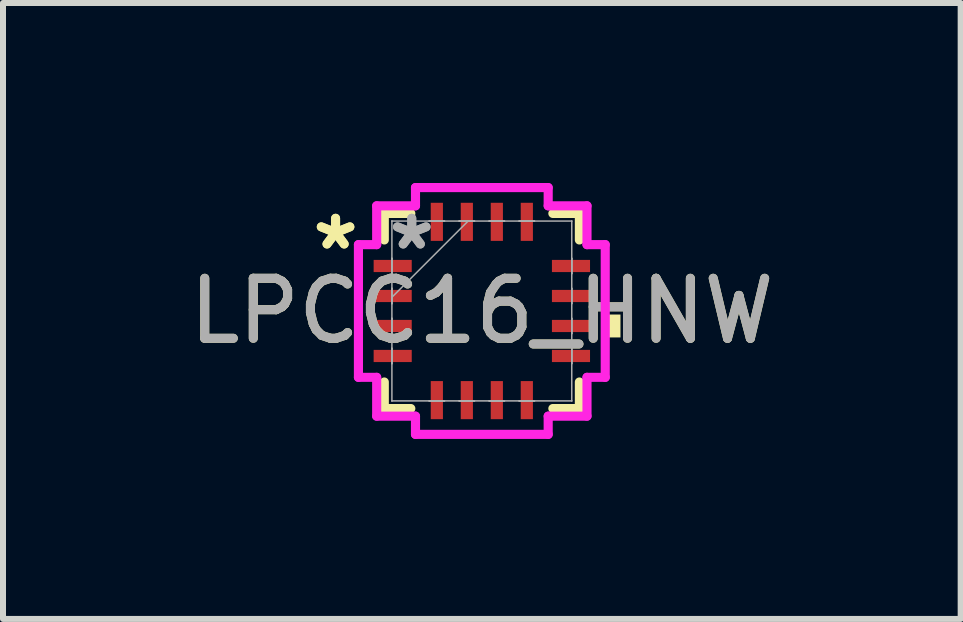
<source format=kicad_pcb>
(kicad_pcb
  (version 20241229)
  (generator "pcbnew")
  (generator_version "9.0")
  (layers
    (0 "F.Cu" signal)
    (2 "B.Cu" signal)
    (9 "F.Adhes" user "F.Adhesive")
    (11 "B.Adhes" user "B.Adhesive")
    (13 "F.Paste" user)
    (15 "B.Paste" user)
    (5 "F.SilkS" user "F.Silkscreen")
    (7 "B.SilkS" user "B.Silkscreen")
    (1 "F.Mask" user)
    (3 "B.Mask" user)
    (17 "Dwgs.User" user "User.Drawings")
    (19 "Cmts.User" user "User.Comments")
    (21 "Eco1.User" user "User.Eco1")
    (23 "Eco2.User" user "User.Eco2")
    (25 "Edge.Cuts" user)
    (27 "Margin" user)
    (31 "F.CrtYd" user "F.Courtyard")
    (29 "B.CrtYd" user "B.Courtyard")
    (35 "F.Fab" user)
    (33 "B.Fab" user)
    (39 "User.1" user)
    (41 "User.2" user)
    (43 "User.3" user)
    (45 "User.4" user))
  (footprint "LPCC16_HNW"
    (layer "F.Cu")
    (at 4.982 2.134)
    (property "Reference" "LPCC16_HNW" (at 0 0 0) (unlocked yes) (layer "F.SilkS") (effects (font (size 1 1) (thickness 0.15))))
    (attr smd)
    (fp_line (start -1.626 -1.626) (end -1.626 -1.184) (stroke (width 0.152) (type solid)) (layer "F.SilkS"))
    (fp_line (start -1.626 1.184) (end -1.626 1.626) (stroke (width 0.152) (type solid)) (layer "F.SilkS"))
    (fp_line (start -1.626 1.626) (end -1.184 1.626) (stroke (width 0.152) (type solid)) (layer "F.SilkS"))
    (fp_line (start -1.184 -1.626) (end -1.626 -1.626) (stroke (width 0.152) (type solid)) (layer "F.SilkS"))
    (fp_line (start 1.184 1.626) (end 1.626 1.626) (stroke (width 0.152) (type solid)) (layer "F.SilkS"))
    (fp_line (start 1.626 -1.626) (end 1.184 -1.626) (stroke (width 0.152) (type solid)) (layer "F.SilkS"))
    (fp_line (start 1.626 -1.184) (end 1.626 -1.626) (stroke (width 0.152) (type solid)) (layer "F.SilkS"))
    (fp_line (start 1.626 1.626) (end 1.626 1.184) (stroke (width 0.152) (type solid)) (layer "F.SilkS"))
    (fp_poly (pts (xy 2.311 0.059) (xy 2.311 0.441) (xy 2.057 0.441) (xy 2.057 0.059)) (stroke (width 0) (type solid)) (fill yes) (layer "F.SilkS"))
    (fp_line (start -2.057 -1.106) (end -1.753 -1.106) (stroke (width 0.152) (type solid)) (layer "F.CrtYd"))
    (fp_line (start -2.057 1.106) (end -2.057 -1.106) (stroke (width 0.152) (type solid)) (layer "F.CrtYd"))
    (fp_line (start -1.753 -1.753) (end -1.106 -1.753) (stroke (width 0.152) (type solid)) (layer "F.CrtYd"))
    (fp_line (start -1.753 -1.106) (end -1.753 -1.753) (stroke (width 0.152) (type solid)) (layer "F.CrtYd"))
    (fp_line (start -1.753 1.106) (end -2.057 1.106) (stroke (width 0.152) (type solid)) (layer "F.CrtYd"))
    (fp_line (start -1.753 1.753) (end -1.753 1.106) (stroke (width 0.152) (type solid)) (layer "F.CrtYd"))
    (fp_line (start -1.106 -2.057) (end 1.106 -2.057) (stroke (width 0.152) (type solid)) (layer "F.CrtYd"))
    (fp_line (start -1.106 -1.753) (end -1.106 -2.057) (stroke (width 0.152) (type solid)) (layer "F.CrtYd"))
    (fp_line (start -1.106 1.753) (end -1.753 1.753) (stroke (width 0.152) (type solid)) (layer "F.CrtYd"))
    (fp_line (start -1.106 2.057) (end -1.106 1.753) (stroke (width 0.152) (type solid)) (layer "F.CrtYd"))
    (fp_line (start 1.106 -2.057) (end 1.106 -1.753) (stroke (width 0.152) (type solid)) (layer "F.CrtYd"))
    (fp_line (start 1.106 -1.753) (end 1.753 -1.753) (stroke (width 0.152) (type solid)) (layer "F.CrtYd"))
    (fp_line (start 1.106 1.753) (end 1.106 2.057) (stroke (width 0.152) (type solid)) (layer "F.CrtYd"))
    (fp_line (start 1.106 2.057) (end -1.106 2.057) (stroke (width 0.152) (type solid)) (layer "F.CrtYd"))
    (fp_line (start 1.753 -1.753) (end 1.753 -1.106) (stroke (width 0.152) (type solid)) (layer "F.CrtYd"))
    (fp_line (start 1.753 -1.106) (end 2.057 -1.106) (stroke (width 0.152) (type solid)) (layer "F.CrtYd"))
    (fp_line (start 1.753 1.106) (end 1.753 1.753) (stroke (width 0.152) (type solid)) (layer "F.CrtYd"))
    (fp_line (start 1.753 1.753) (end 1.106 1.753) (stroke (width 0.152) (type solid)) (layer "F.CrtYd"))
    (fp_line (start 2.057 -1.106) (end 2.057 1.106) (stroke (width 0.152) (type solid)) (layer "F.CrtYd"))
    (fp_line (start 2.057 1.106) (end 1.753 1.106) (stroke (width 0.152) (type solid)) (layer "F.CrtYd"))
    (fp_line (start -1.499 -1.499) (end -1.499 -1.499) (stroke (width 0.025) (type solid)) (layer "F.Fab"))
    (fp_line (start -1.499 -1.499) (end -1.499 1.499) (stroke (width 0.025) (type solid)) (layer "F.Fab"))
    (fp_line (start -1.499 -0.877) (end -1.499 -0.877) (stroke (width 0.025) (type solid)) (layer "F.Fab"))
    (fp_line (start -1.499 -0.877) (end -1.499 -0.623) (stroke (width 0.025) (type solid)) (layer "F.Fab"))
    (fp_line (start -1.499 -0.623) (end -1.499 -0.877) (stroke (width 0.025) (type solid)) (layer "F.Fab"))
    (fp_line (start -1.499 -0.623) (end -1.499 -0.623) (stroke (width 0.025) (type solid)) (layer "F.Fab"))
    (fp_line (start -1.499 -0.377) (end -1.499 -0.377) (stroke (width 0.025) (type solid)) (layer "F.Fab"))
    (fp_line (start -1.499 -0.377) (end -1.499 -0.123) (stroke (width 0.025) (type solid)) (layer "F.Fab"))
    (fp_line (start -1.499 -0.229) (end -0.229 -1.499) (stroke (width 0.025) (type solid)) (layer "F.Fab"))
    (fp_line (start -1.499 -0.123) (end -1.499 -0.377) (stroke (width 0.025) (type solid)) (layer "F.Fab"))
    (fp_line (start -1.499 -0.123) (end -1.499 -0.123) (stroke (width 0.025) (type solid)) (layer "F.Fab"))
    (fp_line (start -1.499 0.123) (end -1.499 0.123) (stroke (width 0.025) (type solid)) (layer "F.Fab"))
    (fp_line (start -1.499 0.123) (end -1.499 0.377) (stroke (width 0.025) (type solid)) (layer "F.Fab"))
    (fp_line (start -1.499 0.377) (end -1.499 0.123) (stroke (width 0.025) (type solid)) (layer "F.Fab"))
    (fp_line (start -1.499 0.377) (end -1.499 0.377) (stroke (width 0.025) (type solid)) (layer "F.Fab"))
    (fp_line (start -1.499 0.623) (end -1.499 0.623) (stroke (width 0.025) (type solid)) (layer "F.Fab"))
    (fp_line (start -1.499 0.623) (end -1.499 0.877) (stroke (width 0.025) (type solid)) (layer "F.Fab"))
    (fp_line (start -1.499 0.877) (end -1.499 0.623) (stroke (width 0.025) (type solid)) (layer "F.Fab"))
    (fp_line (start -1.499 0.877) (end -1.499 0.877) (stroke (width 0.025) (type solid)) (layer "F.Fab"))
    (fp_line (start -1.499 1.499) (end -1.499 1.499) (stroke (width 0.025) (type solid)) (layer "F.Fab"))
    (fp_line (start -1.499 1.499) (end 1.499 1.499) (stroke (width 0.025) (type solid)) (layer "F.Fab"))
    (fp_line (start -0.877 -1.499) (end -0.877 -1.499) (stroke (width 0.025) (type solid)) (layer "F.Fab"))
    (fp_line (start -0.877 -1.499) (end -0.623 -1.499) (stroke (width 0.025) (type solid)) (layer "F.Fab"))
    (fp_line (start -0.877 1.499) (end -0.877 1.499) (stroke (width 0.025) (type solid)) (layer "F.Fab"))
    (fp_line (start -0.877 1.499) (end -0.623 1.499) (stroke (width 0.025) (type solid)) (layer "F.Fab"))
    (fp_line (start -0.623 -1.499) (end -0.877 -1.499) (stroke (width 0.025) (type solid)) (layer "F.Fab"))
    (fp_line (start -0.623 -1.499) (end -0.623 -1.499) (stroke (width 0.025) (type solid)) (layer "F.Fab"))
    (fp_line (start -0.623 1.499) (end -0.877 1.499) (stroke (width 0.025) (type solid)) (layer "F.Fab"))
    (fp_line (start -0.623 1.499) (end -0.623 1.499) (stroke (width 0.025) (type solid)) (layer "F.Fab"))
    (fp_line (start -0.377 -1.499) (end -0.377 -1.499) (stroke (width 0.025) (type solid)) (layer "F.Fab"))
    (fp_line (start -0.377 -1.499) (end -0.123 -1.499) (stroke (width 0.025) (type solid)) (layer "F.Fab"))
    (fp_line (start -0.377 1.499) (end -0.377 1.499) (stroke (width 0.025) (type solid)) (layer "F.Fab"))
    (fp_line (start -0.377 1.499) (end -0.123 1.499) (stroke (width 0.025) (type solid)) (layer "F.Fab"))
    (fp_line (start -0.123 -1.499) (end -0.377 -1.499) (stroke (width 0.025) (type solid)) (layer "F.Fab"))
    (fp_line (start -0.123 -1.499) (end -0.123 -1.499) (stroke (width 0.025) (type solid)) (layer "F.Fab"))
    (fp_line (start -0.123 1.499) (end -0.377 1.499) (stroke (width 0.025) (type solid)) (layer "F.Fab"))
    (fp_line (start -0.123 1.499) (end -0.123 1.499) (stroke (width 0.025) (type solid)) (layer "F.Fab"))
    (fp_line (start 0.123 -1.499) (end 0.123 -1.499) (stroke (width 0.025) (type solid)) (layer "F.Fab"))
    (fp_line (start 0.123 -1.499) (end 0.377 -1.499) (stroke (width 0.025) (type solid)) (layer "F.Fab"))
    (fp_line (start 0.123 1.499) (end 0.123 1.499) (stroke (width 0.025) (type solid)) (layer "F.Fab"))
    (fp_line (start 0.123 1.499) (end 0.377 1.499) (stroke (width 0.025) (type solid)) (layer "F.Fab"))
    (fp_line (start 0.377 -1.499) (end 0.123 -1.499) (stroke (width 0.025) (type solid)) (layer "F.Fab"))
    (fp_line (start 0.377 -1.499) (end 0.377 -1.499) (stroke (width 0.025) (type solid)) (layer "F.Fab"))
    (fp_line (start 0.377 1.499) (end 0.123 1.499) (stroke (width 0.025) (type solid)) (layer "F.Fab"))
    (fp_line (start 0.377 1.499) (end 0.377 1.499) (stroke (width 0.025) (type solid)) (layer "F.Fab"))
    (fp_line (start 0.623 -1.499) (end 0.623 -1.499) (stroke (width 0.025) (type solid)) (layer "F.Fab"))
    (fp_line (start 0.623 -1.499) (end 0.877 -1.499) (stroke (width 0.025) (type solid)) (layer "F.Fab"))
    (fp_line (start 0.623 1.499) (end 0.623 1.499) (stroke (width 0.025) (type solid)) (layer "F.Fab"))
    (fp_line (start 0.623 1.499) (end 0.877 1.499) (stroke (width 0.025) (type solid)) (layer "F.Fab"))
    (fp_line (start 0.877 -1.499) (end 0.623 -1.499) (stroke (width 0.025) (type solid)) (layer "F.Fab"))
    (fp_line (start 0.877 -1.499) (end 0.877 -1.499) (stroke (width 0.025) (type solid)) (layer "F.Fab"))
    (fp_line (start 0.877 1.499) (end 0.623 1.499) (stroke (width 0.025) (type solid)) (layer "F.Fab"))
    (fp_line (start 0.877 1.499) (end 0.877 1.499) (stroke (width 0.025) (type solid)) (layer "F.Fab"))
    (fp_line (start 1.499 -1.499) (end -1.499 -1.499) (stroke (width 0.025) (type solid)) (layer "F.Fab"))
    (fp_line (start 1.499 -1.499) (end 1.499 -1.499) (stroke (width 0.025) (type solid)) (layer "F.Fab"))
    (fp_line (start 1.499 -0.877) (end 1.499 -0.877) (stroke (width 0.025) (type solid)) (layer "F.Fab"))
    (fp_line (start 1.499 -0.877) (end 1.499 -0.623) (stroke (width 0.025) (type solid)) (layer "F.Fab"))
    (fp_line (start 1.499 -0.623) (end 1.499 -0.877) (stroke (width 0.025) (type solid)) (layer "F.Fab"))
    (fp_line (start 1.499 -0.623) (end 1.499 -0.623) (stroke (width 0.025) (type solid)) (layer "F.Fab"))
    (fp_line (start 1.499 -0.377) (end 1.499 -0.377) (stroke (width 0.025) (type solid)) (layer "F.Fab"))
    (fp_line (start 1.499 -0.377) (end 1.499 -0.123) (stroke (width 0.025) (type solid)) (layer "F.Fab"))
    (fp_line (start 1.499 -0.123) (end 1.499 -0.377) (stroke (width 0.025) (type solid)) (layer "F.Fab"))
    (fp_line (start 1.499 -0.123) (end 1.499 -0.123) (stroke (width 0.025) (type solid)) (layer "F.Fab"))
    (fp_line (start 1.499 0.123) (end 1.499 0.123) (stroke (width 0.025) (type solid)) (layer "F.Fab"))
    (fp_line (start 1.499 0.123) (end 1.499 0.377) (stroke (width 0.025) (type solid)) (layer "F.Fab"))
    (fp_line (start 1.499 0.377) (end 1.499 0.123) (stroke (width 0.025) (type solid)) (layer "F.Fab"))
    (fp_line (start 1.499 0.377) (end 1.499 0.377) (stroke (width 0.025) (type solid)) (layer "F.Fab"))
    (fp_line (start 1.499 0.623) (end 1.499 0.623) (stroke (width 0.025) (type solid)) (layer "F.Fab"))
    (fp_line (start 1.499 0.623) (end 1.499 0.877) (stroke (width 0.025) (type solid)) (layer "F.Fab"))
    (fp_line (start 1.499 0.877) (end 1.499 0.623) (stroke (width 0.025) (type solid)) (layer "F.Fab"))
    (fp_line (start 1.499 0.877) (end 1.499 0.877) (stroke (width 0.025) (type solid)) (layer "F.Fab"))
    (fp_line (start 1.499 1.499) (end 1.499 -1.499) (stroke (width 0.025) (type solid)) (layer "F.Fab"))
    (fp_line (start 1.499 1.499) (end 1.499 1.499) (stroke (width 0.025) (type solid)) (layer "F.Fab"))
    (fp_text user "*" (at -2.438 -1 0) (layer "F.SilkS") (effects (font (size 1 1) (thickness 0.15))))
    (fp_text user "*" (at -2.438 -1 0) (unlocked yes) (layer "F.SilkS") (effects (font (size 1 1) (thickness 0.15))))
    (fp_text user "${REFERENCE}" (at 0 0 0) (unlocked yes) (layer "F.Fab") (effects (font (size 1 1) (thickness 0.15))))
    (fp_text user "*" (at -1.168 -1 0) (layer "F.Fab") (effects (font (size 1 1) (thickness 0.15))))
    (fp_text user "*" (at -1.168 -1 0) (unlocked yes) (layer "F.Fab") (effects (font (size 1 1) (thickness 0.15))))
    (pad "1" smd rect (at -1.486 -0.75 90) (size 0.203 0.635) (layers "F.Cu" "F.Mask" "F.Paste"))
    (pad "2" smd rect (at -1.486 -0.25 90) (size 0.203 0.635) (layers "F.Cu" "F.Mask" "F.Paste"))
    (pad "3" smd rect (at -1.486 0.25 90) (size 0.203 0.635) (layers "F.Cu" "F.Mask" "F.Paste"))
    (pad "4" smd rect (at -1.486 0.75 90) (size 0.203 0.635) (layers "F.Cu" "F.Mask" "F.Paste"))
    (pad "5" smd rect (at -0.75 1.486) (size 0.203 0.635) (layers "F.Cu" "F.Mask" "F.Paste"))
    (pad "6" smd rect (at -0.25 1.486) (size 0.203 0.635) (layers "F.Cu" "F.Mask" "F.Paste"))
    (pad "7" smd rect (at 0.25 1.486) (size 0.203 0.635) (layers "F.Cu" "F.Mask" "F.Paste"))
    (pad "8" smd rect (at 0.75 1.486) (size 0.203 0.635) (layers "F.Cu" "F.Mask" "F.Paste"))
    (pad "9" smd rect (at 1.486 0.75 90) (size 0.203 0.635) (layers "F.Cu" "F.Mask" "F.Paste"))
    (pad "10" smd rect (at 1.486 0.25 90) (size 0.203 0.635) (layers "F.Cu" "F.Mask" "F.Paste"))
    (pad "11" smd rect (at 1.486 -0.25 90) (size 0.203 0.635) (layers "F.Cu" "F.Mask" "F.Paste"))
    (pad "12" smd rect (at 1.486 -0.75 90) (size 0.203 0.635) (layers "F.Cu" "F.Mask" "F.Paste"))
    (pad "13" smd rect (at 0.75 -1.486) (size 0.203 0.635) (layers "F.Cu" "F.Mask" "F.Paste"))
    (pad "14" smd rect (at 0.25 -1.486) (size 0.203 0.635) (layers "F.Cu" "F.Mask" "F.Paste"))
    (pad "15" smd rect (at -0.25 -1.486) (size 0.203 0.635) (layers "F.Cu" "F.Mask" "F.Paste"))
    (pad "16" smd rect (at -0.75 -1.486) (size 0.203 0.635) (layers "F.Cu" "F.Mask" "F.Paste")))
  (gr_rect
    (start -3 -3)
    (end 12.964 7.267)
    (stroke (width 0.1) (type default))
    (fill no)
    (layer "Edge.Cuts")))
</source>
